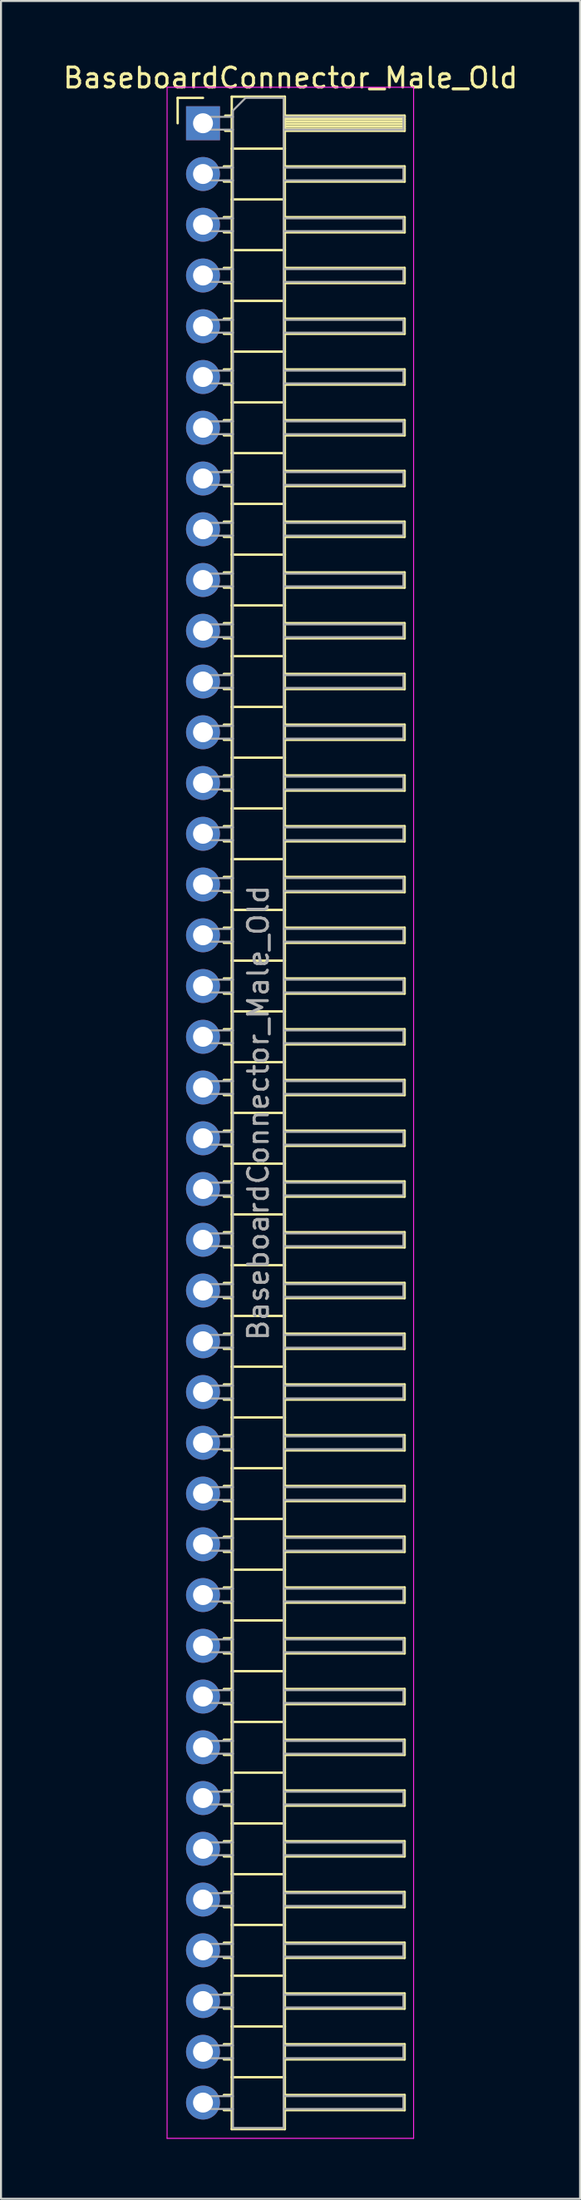
<source format=kicad_pcb>
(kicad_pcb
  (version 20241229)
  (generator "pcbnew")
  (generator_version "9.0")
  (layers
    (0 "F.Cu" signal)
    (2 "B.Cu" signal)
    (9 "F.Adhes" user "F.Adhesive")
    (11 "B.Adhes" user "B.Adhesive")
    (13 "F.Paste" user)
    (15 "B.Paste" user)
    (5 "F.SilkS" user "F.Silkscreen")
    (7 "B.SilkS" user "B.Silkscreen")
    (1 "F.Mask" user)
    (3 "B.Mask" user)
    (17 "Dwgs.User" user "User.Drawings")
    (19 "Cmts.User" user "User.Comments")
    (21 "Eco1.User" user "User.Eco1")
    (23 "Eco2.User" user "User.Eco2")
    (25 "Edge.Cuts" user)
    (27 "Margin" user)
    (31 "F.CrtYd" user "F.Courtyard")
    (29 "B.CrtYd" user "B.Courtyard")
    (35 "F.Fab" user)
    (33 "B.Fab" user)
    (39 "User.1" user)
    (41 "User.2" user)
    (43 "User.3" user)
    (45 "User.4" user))
  (footprint "BaseboardConnector_Male_Old"
    (layer "F.Cu")
    (at 7.121 3.118)
    (property "Reference" "BaseboardConnector_Male_Old" (at 4.385 -2.27 0) (layer "F.SilkS") (effects (font (size 1 1) (thickness 0.15))))
    (attr through_hole)
    (fp_line (start -1.27 -1.27) (end 0 -1.27) (stroke (width 0.12) (type solid)) (layer "F.SilkS"))
    (fp_line (start -1.27 0) (end -1.27 -1.27) (stroke (width 0.12) (type solid)) (layer "F.SilkS"))
    (fp_line (start 1.043 2.16) (end 1.44 2.16) (stroke (width 0.12) (type solid)) (layer "F.SilkS"))
    (fp_line (start 1.043 2.92) (end 1.44 2.92) (stroke (width 0.12) (type solid)) (layer "F.SilkS"))
    (fp_line (start 1.043 4.7) (end 1.44 4.7) (stroke (width 0.12) (type solid)) (layer "F.SilkS"))
    (fp_line (start 1.043 5.46) (end 1.44 5.46) (stroke (width 0.12) (type solid)) (layer "F.SilkS"))
    (fp_line (start 1.043 7.24) (end 1.44 7.24) (stroke (width 0.12) (type solid)) (layer "F.SilkS"))
    (fp_line (start 1.043 8) (end 1.44 8) (stroke (width 0.12) (type solid)) (layer "F.SilkS"))
    (fp_line (start 1.043 9.78) (end 1.44 9.78) (stroke (width 0.12) (type solid)) (layer "F.SilkS"))
    (fp_line (start 1.043 10.54) (end 1.44 10.54) (stroke (width 0.12) (type solid)) (layer "F.SilkS"))
    (fp_line (start 1.043 12.32) (end 1.44 12.32) (stroke (width 0.12) (type solid)) (layer "F.SilkS"))
    (fp_line (start 1.043 13.08) (end 1.44 13.08) (stroke (width 0.12) (type solid)) (layer "F.SilkS"))
    (fp_line (start 1.043 14.86) (end 1.44 14.86) (stroke (width 0.12) (type solid)) (layer "F.SilkS"))
    (fp_line (start 1.043 15.62) (end 1.44 15.62) (stroke (width 0.12) (type solid)) (layer "F.SilkS"))
    (fp_line (start 1.043 17.4) (end 1.44 17.4) (stroke (width 0.12) (type solid)) (layer "F.SilkS"))
    (fp_line (start 1.043 18.16) (end 1.44 18.16) (stroke (width 0.12) (type solid)) (layer "F.SilkS"))
    (fp_line (start 1.043 19.94) (end 1.44 19.94) (stroke (width 0.12) (type solid)) (layer "F.SilkS"))
    (fp_line (start 1.043 20.7) (end 1.44 20.7) (stroke (width 0.12) (type solid)) (layer "F.SilkS"))
    (fp_line (start 1.043 22.48) (end 1.44 22.48) (stroke (width 0.12) (type solid)) (layer "F.SilkS"))
    (fp_line (start 1.043 23.24) (end 1.44 23.24) (stroke (width 0.12) (type solid)) (layer "F.SilkS"))
    (fp_line (start 1.043 25.02) (end 1.44 25.02) (stroke (width 0.12) (type solid)) (layer "F.SilkS"))
    (fp_line (start 1.043 25.78) (end 1.44 25.78) (stroke (width 0.12) (type solid)) (layer "F.SilkS"))
    (fp_line (start 1.043 27.56) (end 1.44 27.56) (stroke (width 0.12) (type solid)) (layer "F.SilkS"))
    (fp_line (start 1.043 28.32) (end 1.44 28.32) (stroke (width 0.12) (type solid)) (layer "F.SilkS"))
    (fp_line (start 1.043 30.1) (end 1.44 30.1) (stroke (width 0.12) (type solid)) (layer "F.SilkS"))
    (fp_line (start 1.043 30.86) (end 1.44 30.86) (stroke (width 0.12) (type solid)) (layer "F.SilkS"))
    (fp_line (start 1.043 32.64) (end 1.44 32.64) (stroke (width 0.12) (type solid)) (layer "F.SilkS"))
    (fp_line (start 1.043 33.4) (end 1.44 33.4) (stroke (width 0.12) (type solid)) (layer "F.SilkS"))
    (fp_line (start 1.043 35.18) (end 1.44 35.18) (stroke (width 0.12) (type solid)) (layer "F.SilkS"))
    (fp_line (start 1.043 35.94) (end 1.44 35.94) (stroke (width 0.12) (type solid)) (layer "F.SilkS"))
    (fp_line (start 1.043 37.72) (end 1.44 37.72) (stroke (width 0.12) (type solid)) (layer "F.SilkS"))
    (fp_line (start 1.043 38.48) (end 1.44 38.48) (stroke (width 0.12) (type solid)) (layer "F.SilkS"))
    (fp_line (start 1.043 40.26) (end 1.44 40.26) (stroke (width 0.12) (type solid)) (layer "F.SilkS"))
    (fp_line (start 1.043 41.02) (end 1.44 41.02) (stroke (width 0.12) (type solid)) (layer "F.SilkS"))
    (fp_line (start 1.043 42.8) (end 1.44 42.8) (stroke (width 0.12) (type solid)) (layer "F.SilkS"))
    (fp_line (start 1.043 43.56) (end 1.44 43.56) (stroke (width 0.12) (type solid)) (layer "F.SilkS"))
    (fp_line (start 1.043 45.34) (end 1.44 45.34) (stroke (width 0.12) (type solid)) (layer "F.SilkS"))
    (fp_line (start 1.043 46.1) (end 1.44 46.1) (stroke (width 0.12) (type solid)) (layer "F.SilkS"))
    (fp_line (start 1.043 47.88) (end 1.44 47.88) (stroke (width 0.12) (type solid)) (layer "F.SilkS"))
    (fp_line (start 1.043 48.64) (end 1.44 48.64) (stroke (width 0.12) (type solid)) (layer "F.SilkS"))
    (fp_line (start 1.043 50.42) (end 1.44 50.42) (stroke (width 0.12) (type solid)) (layer "F.SilkS"))
    (fp_line (start 1.043 51.18) (end 1.44 51.18) (stroke (width 0.12) (type solid)) (layer "F.SilkS"))
    (fp_line (start 1.043 52.96) (end 1.44 52.96) (stroke (width 0.12) (type solid)) (layer "F.SilkS"))
    (fp_line (start 1.043 53.72) (end 1.44 53.72) (stroke (width 0.12) (type solid)) (layer "F.SilkS"))
    (fp_line (start 1.043 55.5) (end 1.44 55.5) (stroke (width 0.12) (type solid)) (layer "F.SilkS"))
    (fp_line (start 1.043 56.26) (end 1.44 56.26) (stroke (width 0.12) (type solid)) (layer "F.SilkS"))
    (fp_line (start 1.043 58.04) (end 1.44 58.04) (stroke (width 0.12) (type solid)) (layer "F.SilkS"))
    (fp_line (start 1.043 58.8) (end 1.44 58.8) (stroke (width 0.12) (type solid)) (layer "F.SilkS"))
    (fp_line (start 1.043 60.58) (end 1.44 60.58) (stroke (width 0.12) (type solid)) (layer "F.SilkS"))
    (fp_line (start 1.043 61.34) (end 1.44 61.34) (stroke (width 0.12) (type solid)) (layer "F.SilkS"))
    (fp_line (start 1.043 63.12) (end 1.44 63.12) (stroke (width 0.12) (type solid)) (layer "F.SilkS"))
    (fp_line (start 1.043 63.88) (end 1.44 63.88) (stroke (width 0.12) (type solid)) (layer "F.SilkS"))
    (fp_line (start 1.043 65.66) (end 1.44 65.66) (stroke (width 0.12) (type solid)) (layer "F.SilkS"))
    (fp_line (start 1.043 66.42) (end 1.44 66.42) (stroke (width 0.12) (type solid)) (layer "F.SilkS"))
    (fp_line (start 1.043 68.2) (end 1.44 68.2) (stroke (width 0.12) (type solid)) (layer "F.SilkS"))
    (fp_line (start 1.043 68.96) (end 1.44 68.96) (stroke (width 0.12) (type solid)) (layer "F.SilkS"))
    (fp_line (start 1.043 70.74) (end 1.44 70.74) (stroke (width 0.12) (type solid)) (layer "F.SilkS"))
    (fp_line (start 1.043 71.5) (end 1.44 71.5) (stroke (width 0.12) (type solid)) (layer "F.SilkS"))
    (fp_line (start 1.043 73.28) (end 1.44 73.28) (stroke (width 0.12) (type solid)) (layer "F.SilkS"))
    (fp_line (start 1.043 74.04) (end 1.44 74.04) (stroke (width 0.12) (type solid)) (layer "F.SilkS"))
    (fp_line (start 1.043 75.82) (end 1.44 75.82) (stroke (width 0.12) (type solid)) (layer "F.SilkS"))
    (fp_line (start 1.043 76.58) (end 1.44 76.58) (stroke (width 0.12) (type solid)) (layer "F.SilkS"))
    (fp_line (start 1.043 78.36) (end 1.44 78.36) (stroke (width 0.12) (type solid)) (layer "F.SilkS"))
    (fp_line (start 1.043 79.12) (end 1.44 79.12) (stroke (width 0.12) (type solid)) (layer "F.SilkS"))
    (fp_line (start 1.043 80.9) (end 1.44 80.9) (stroke (width 0.12) (type solid)) (layer "F.SilkS"))
    (fp_line (start 1.043 81.66) (end 1.44 81.66) (stroke (width 0.12) (type solid)) (layer "F.SilkS"))
    (fp_line (start 1.043 83.44) (end 1.44 83.44) (stroke (width 0.12) (type solid)) (layer "F.SilkS"))
    (fp_line (start 1.043 84.2) (end 1.44 84.2) (stroke (width 0.12) (type solid)) (layer "F.SilkS"))
    (fp_line (start 1.043 85.98) (end 1.44 85.98) (stroke (width 0.12) (type solid)) (layer "F.SilkS"))
    (fp_line (start 1.043 86.74) (end 1.44 86.74) (stroke (width 0.12) (type solid)) (layer "F.SilkS"))
    (fp_line (start 1.043 88.52) (end 1.44 88.52) (stroke (width 0.12) (type solid)) (layer "F.SilkS"))
    (fp_line (start 1.043 89.28) (end 1.44 89.28) (stroke (width 0.12) (type solid)) (layer "F.SilkS"))
    (fp_line (start 1.043 91.06) (end 1.44 91.06) (stroke (width 0.12) (type solid)) (layer "F.SilkS"))
    (fp_line (start 1.043 91.82) (end 1.44 91.82) (stroke (width 0.12) (type solid)) (layer "F.SilkS"))
    (fp_line (start 1.043 93.6) (end 1.44 93.6) (stroke (width 0.12) (type solid)) (layer "F.SilkS"))
    (fp_line (start 1.043 94.36) (end 1.44 94.36) (stroke (width 0.12) (type solid)) (layer "F.SilkS"))
    (fp_line (start 1.043 96.14) (end 1.44 96.14) (stroke (width 0.12) (type solid)) (layer "F.SilkS"))
    (fp_line (start 1.043 96.9) (end 1.44 96.9) (stroke (width 0.12) (type solid)) (layer "F.SilkS"))
    (fp_line (start 1.043 98.68) (end 1.44 98.68) (stroke (width 0.12) (type solid)) (layer "F.SilkS"))
    (fp_line (start 1.043 99.44) (end 1.44 99.44) (stroke (width 0.12) (type solid)) (layer "F.SilkS"))
    (fp_line (start 1.11 -0.38) (end 1.44 -0.38) (stroke (width 0.12) (type solid)) (layer "F.SilkS"))
    (fp_line (start 1.11 0.38) (end 1.44 0.38) (stroke (width 0.12) (type solid)) (layer "F.SilkS"))
    (fp_line (start 1.44 -1.33) (end 1.44 100.39) (stroke (width 0.12) (type solid)) (layer "F.SilkS"))
    (fp_line (start 1.44 1.27) (end 4.1 1.27) (stroke (width 0.12) (type solid)) (layer "F.SilkS"))
    (fp_line (start 1.44 3.81) (end 4.1 3.81) (stroke (width 0.12) (type solid)) (layer "F.SilkS"))
    (fp_line (start 1.44 6.35) (end 4.1 6.35) (stroke (width 0.12) (type solid)) (layer "F.SilkS"))
    (fp_line (start 1.44 8.89) (end 4.1 8.89) (stroke (width 0.12) (type solid)) (layer "F.SilkS"))
    (fp_line (start 1.44 11.43) (end 4.1 11.43) (stroke (width 0.12) (type solid)) (layer "F.SilkS"))
    (fp_line (start 1.44 13.97) (end 4.1 13.97) (stroke (width 0.12) (type solid)) (layer "F.SilkS"))
    (fp_line (start 1.44 16.51) (end 4.1 16.51) (stroke (width 0.12) (type solid)) (layer "F.SilkS"))
    (fp_line (start 1.44 19.05) (end 4.1 19.05) (stroke (width 0.12) (type solid)) (layer "F.SilkS"))
    (fp_line (start 1.44 21.59) (end 4.1 21.59) (stroke (width 0.12) (type solid)) (layer "F.SilkS"))
    (fp_line (start 1.44 24.13) (end 4.1 24.13) (stroke (width 0.12) (type solid)) (layer "F.SilkS"))
    (fp_line (start 1.44 26.67) (end 4.1 26.67) (stroke (width 0.12) (type solid)) (layer "F.SilkS"))
    (fp_line (start 1.44 29.21) (end 4.1 29.21) (stroke (width 0.12) (type solid)) (layer "F.SilkS"))
    (fp_line (start 1.44 31.75) (end 4.1 31.75) (stroke (width 0.12) (type solid)) (layer "F.SilkS"))
    (fp_line (start 1.44 34.29) (end 4.1 34.29) (stroke (width 0.12) (type solid)) (layer "F.SilkS"))
    (fp_line (start 1.44 36.83) (end 4.1 36.83) (stroke (width 0.12) (type solid)) (layer "F.SilkS"))
    (fp_line (start 1.44 39.37) (end 4.1 39.37) (stroke (width 0.12) (type solid)) (layer "F.SilkS"))
    (fp_line (start 1.44 41.91) (end 4.1 41.91) (stroke (width 0.12) (type solid)) (layer "F.SilkS"))
    (fp_line (start 1.44 44.45) (end 4.1 44.45) (stroke (width 0.12) (type solid)) (layer "F.SilkS"))
    (fp_line (start 1.44 46.99) (end 4.1 46.99) (stroke (width 0.12) (type solid)) (layer "F.SilkS"))
    (fp_line (start 1.44 49.53) (end 4.1 49.53) (stroke (width 0.12) (type solid)) (layer "F.SilkS"))
    (fp_line (start 1.44 52.07) (end 4.1 52.07) (stroke (width 0.12) (type solid)) (layer "F.SilkS"))
    (fp_line (start 1.44 54.61) (end 4.1 54.61) (stroke (width 0.12) (type solid)) (layer "F.SilkS"))
    (fp_line (start 1.44 57.15) (end 4.1 57.15) (stroke (width 0.12) (type solid)) (layer "F.SilkS"))
    (fp_line (start 1.44 59.69) (end 4.1 59.69) (stroke (width 0.12) (type solid)) (layer "F.SilkS"))
    (fp_line (start 1.44 62.23) (end 4.1 62.23) (stroke (width 0.12) (type solid)) (layer "F.SilkS"))
    (fp_line (start 1.44 64.77) (end 4.1 64.77) (stroke (width 0.12) (type solid)) (layer "F.SilkS"))
    (fp_line (start 1.44 67.31) (end 4.1 67.31) (stroke (width 0.12) (type solid)) (layer "F.SilkS"))
    (fp_line (start 1.44 69.85) (end 4.1 69.85) (stroke (width 0.12) (type solid)) (layer "F.SilkS"))
    (fp_line (start 1.44 72.39) (end 4.1 72.39) (stroke (width 0.12) (type solid)) (layer "F.SilkS"))
    (fp_line (start 1.44 74.93) (end 4.1 74.93) (stroke (width 0.12) (type solid)) (layer "F.SilkS"))
    (fp_line (start 1.44 77.47) (end 4.1 77.47) (stroke (width 0.12) (type solid)) (layer "F.SilkS"))
    (fp_line (start 1.44 80.01) (end 4.1 80.01) (stroke (width 0.12) (type solid)) (layer "F.SilkS"))
    (fp_line (start 1.44 82.55) (end 4.1 82.55) (stroke (width 0.12) (type solid)) (layer "F.SilkS"))
    (fp_line (start 1.44 85.09) (end 4.1 85.09) (stroke (width 0.12) (type solid)) (layer "F.SilkS"))
    (fp_line (start 1.44 87.63) (end 4.1 87.63) (stroke (width 0.12) (type solid)) (layer "F.SilkS"))
    (fp_line (start 1.44 90.17) (end 4.1 90.17) (stroke (width 0.12) (type solid)) (layer "F.SilkS"))
    (fp_line (start 1.44 92.71) (end 4.1 92.71) (stroke (width 0.12) (type solid)) (layer "F.SilkS"))
    (fp_line (start 1.44 95.25) (end 4.1 95.25) (stroke (width 0.12) (type solid)) (layer "F.SilkS"))
    (fp_line (start 1.44 97.79) (end 4.1 97.79) (stroke (width 0.12) (type solid)) (layer "F.SilkS"))
    (fp_line (start 1.44 100.39) (end 4.1 100.39) (stroke (width 0.12) (type solid)) (layer "F.SilkS"))
    (fp_line (start 4.1 -1.33) (end 1.44 -1.33) (stroke (width 0.12) (type solid)) (layer "F.SilkS"))
    (fp_line (start 4.1 -0.38) (end 10.1 -0.38) (stroke (width 0.12) (type solid)) (layer "F.SilkS"))
    (fp_line (start 4.1 -0.32) (end 10.1 -0.32) (stroke (width 0.12) (type solid)) (layer "F.SilkS"))
    (fp_line (start 4.1 -0.2) (end 10.1 -0.2) (stroke (width 0.12) (type solid)) (layer "F.SilkS"))
    (fp_line (start 4.1 -0.08) (end 10.1 -0.08) (stroke (width 0.12) (type solid)) (layer "F.SilkS"))
    (fp_line (start 4.1 0.04) (end 10.1 0.04) (stroke (width 0.12) (type solid)) (layer "F.SilkS"))
    (fp_line (start 4.1 0.16) (end 10.1 0.16) (stroke (width 0.12) (type solid)) (layer "F.SilkS"))
    (fp_line (start 4.1 0.28) (end 10.1 0.28) (stroke (width 0.12) (type solid)) (layer "F.SilkS"))
    (fp_line (start 4.1 2.16) (end 10.1 2.16) (stroke (width 0.12) (type solid)) (layer "F.SilkS"))
    (fp_line (start 4.1 4.7) (end 10.1 4.7) (stroke (width 0.12) (type solid)) (layer "F.SilkS"))
    (fp_line (start 4.1 7.24) (end 10.1 7.24) (stroke (width 0.12) (type solid)) (layer "F.SilkS"))
    (fp_line (start 4.1 9.78) (end 10.1 9.78) (stroke (width 0.12) (type solid)) (layer "F.SilkS"))
    (fp_line (start 4.1 12.32) (end 10.1 12.32) (stroke (width 0.12) (type solid)) (layer "F.SilkS"))
    (fp_line (start 4.1 14.86) (end 10.1 14.86) (stroke (width 0.12) (type solid)) (layer "F.SilkS"))
    (fp_line (start 4.1 17.4) (end 10.1 17.4) (stroke (width 0.12) (type solid)) (layer "F.SilkS"))
    (fp_line (start 4.1 19.94) (end 10.1 19.94) (stroke (width 0.12) (type solid)) (layer "F.SilkS"))
    (fp_line (start 4.1 22.48) (end 10.1 22.48) (stroke (width 0.12) (type solid)) (layer "F.SilkS"))
    (fp_line (start 4.1 25.02) (end 10.1 25.02) (stroke (width 0.12) (type solid)) (layer "F.SilkS"))
    (fp_line (start 4.1 27.56) (end 10.1 27.56) (stroke (width 0.12) (type solid)) (layer "F.SilkS"))
    (fp_line (start 4.1 30.1) (end 10.1 30.1) (stroke (width 0.12) (type solid)) (layer "F.SilkS"))
    (fp_line (start 4.1 32.64) (end 10.1 32.64) (stroke (width 0.12) (type solid)) (layer "F.SilkS"))
    (fp_line (start 4.1 35.18) (end 10.1 35.18) (stroke (width 0.12) (type solid)) (layer "F.SilkS"))
    (fp_line (start 4.1 37.72) (end 10.1 37.72) (stroke (width 0.12) (type solid)) (layer "F.SilkS"))
    (fp_line (start 4.1 40.26) (end 10.1 40.26) (stroke (width 0.12) (type solid)) (layer "F.SilkS"))
    (fp_line (start 4.1 42.8) (end 10.1 42.8) (stroke (width 0.12) (type solid)) (layer "F.SilkS"))
    (fp_line (start 4.1 45.34) (end 10.1 45.34) (stroke (width 0.12) (type solid)) (layer "F.SilkS"))
    (fp_line (start 4.1 47.88) (end 10.1 47.88) (stroke (width 0.12) (type solid)) (layer "F.SilkS"))
    (fp_line (start 4.1 50.42) (end 10.1 50.42) (stroke (width 0.12) (type solid)) (layer "F.SilkS"))
    (fp_line (start 4.1 52.96) (end 10.1 52.96) (stroke (width 0.12) (type solid)) (layer "F.SilkS"))
    (fp_line (start 4.1 55.5) (end 10.1 55.5) (stroke (width 0.12) (type solid)) (layer "F.SilkS"))
    (fp_line (start 4.1 58.04) (end 10.1 58.04) (stroke (width 0.12) (type solid)) (layer "F.SilkS"))
    (fp_line (start 4.1 60.58) (end 10.1 60.58) (stroke (width 0.12) (type solid)) (layer "F.SilkS"))
    (fp_line (start 4.1 63.12) (end 10.1 63.12) (stroke (width 0.12) (type solid)) (layer "F.SilkS"))
    (fp_line (start 4.1 65.66) (end 10.1 65.66) (stroke (width 0.12) (type solid)) (layer "F.SilkS"))
    (fp_line (start 4.1 68.2) (end 10.1 68.2) (stroke (width 0.12) (type solid)) (layer "F.SilkS"))
    (fp_line (start 4.1 70.74) (end 10.1 70.74) (stroke (width 0.12) (type solid)) (layer "F.SilkS"))
    (fp_line (start 4.1 73.28) (end 10.1 73.28) (stroke (width 0.12) (type solid)) (layer "F.SilkS"))
    (fp_line (start 4.1 75.82) (end 10.1 75.82) (stroke (width 0.12) (type solid)) (layer "F.SilkS"))
    (fp_line (start 4.1 78.36) (end 10.1 78.36) (stroke (width 0.12) (type solid)) (layer "F.SilkS"))
    (fp_line (start 4.1 80.9) (end 10.1 80.9) (stroke (width 0.12) (type solid)) (layer "F.SilkS"))
    (fp_line (start 4.1 83.44) (end 10.1 83.44) (stroke (width 0.12) (type solid)) (layer "F.SilkS"))
    (fp_line (start 4.1 85.98) (end 10.1 85.98) (stroke (width 0.12) (type solid)) (layer "F.SilkS"))
    (fp_line (start 4.1 88.52) (end 10.1 88.52) (stroke (width 0.12) (type solid)) (layer "F.SilkS"))
    (fp_line (start 4.1 91.06) (end 10.1 91.06) (stroke (width 0.12) (type solid)) (layer "F.SilkS"))
    (fp_line (start 4.1 93.6) (end 10.1 93.6) (stroke (width 0.12) (type solid)) (layer "F.SilkS"))
    (fp_line (start 4.1 96.14) (end 10.1 96.14) (stroke (width 0.12) (type solid)) (layer "F.SilkS"))
    (fp_line (start 4.1 98.68) (end 10.1 98.68) (stroke (width 0.12) (type solid)) (layer "F.SilkS"))
    (fp_line (start 4.1 100.39) (end 4.1 -1.33) (stroke (width 0.12) (type solid)) (layer "F.SilkS"))
    (fp_line (start 10.1 -0.38) (end 10.1 0.38) (stroke (width 0.12) (type solid)) (layer "F.SilkS"))
    (fp_line (start 10.1 0.38) (end 4.1 0.38) (stroke (width 0.12) (type solid)) (layer "F.SilkS"))
    (fp_line (start 10.1 2.16) (end 10.1 2.92) (stroke (width 0.12) (type solid)) (layer "F.SilkS"))
    (fp_line (start 10.1 2.92) (end 4.1 2.92) (stroke (width 0.12) (type solid)) (layer "F.SilkS"))
    (fp_line (start 10.1 4.7) (end 10.1 5.46) (stroke (width 0.12) (type solid)) (layer "F.SilkS"))
    (fp_line (start 10.1 5.46) (end 4.1 5.46) (stroke (width 0.12) (type solid)) (layer "F.SilkS"))
    (fp_line (start 10.1 7.24) (end 10.1 8) (stroke (width 0.12) (type solid)) (layer "F.SilkS"))
    (fp_line (start 10.1 8) (end 4.1 8) (stroke (width 0.12) (type solid)) (layer "F.SilkS"))
    (fp_line (start 10.1 9.78) (end 10.1 10.54) (stroke (width 0.12) (type solid)) (layer "F.SilkS"))
    (fp_line (start 10.1 10.54) (end 4.1 10.54) (stroke (width 0.12) (type solid)) (layer "F.SilkS"))
    (fp_line (start 10.1 12.32) (end 10.1 13.08) (stroke (width 0.12) (type solid)) (layer "F.SilkS"))
    (fp_line (start 10.1 13.08) (end 4.1 13.08) (stroke (width 0.12) (type solid)) (layer "F.SilkS"))
    (fp_line (start 10.1 14.86) (end 10.1 15.62) (stroke (width 0.12) (type solid)) (layer "F.SilkS"))
    (fp_line (start 10.1 15.62) (end 4.1 15.62) (stroke (width 0.12) (type solid)) (layer "F.SilkS"))
    (fp_line (start 10.1 17.4) (end 10.1 18.16) (stroke (width 0.12) (type solid)) (layer "F.SilkS"))
    (fp_line (start 10.1 18.16) (end 4.1 18.16) (stroke (width 0.12) (type solid)) (layer "F.SilkS"))
    (fp_line (start 10.1 19.94) (end 10.1 20.7) (stroke (width 0.12) (type solid)) (layer "F.SilkS"))
    (fp_line (start 10.1 20.7) (end 4.1 20.7) (stroke (width 0.12) (type solid)) (layer "F.SilkS"))
    (fp_line (start 10.1 22.48) (end 10.1 23.24) (stroke (width 0.12) (type solid)) (layer "F.SilkS"))
    (fp_line (start 10.1 23.24) (end 4.1 23.24) (stroke (width 0.12) (type solid)) (layer "F.SilkS"))
    (fp_line (start 10.1 25.02) (end 10.1 25.78) (stroke (width 0.12) (type solid)) (layer "F.SilkS"))
    (fp_line (start 10.1 25.78) (end 4.1 25.78) (stroke (width 0.12) (type solid)) (layer "F.SilkS"))
    (fp_line (start 10.1 27.56) (end 10.1 28.32) (stroke (width 0.12) (type solid)) (layer "F.SilkS"))
    (fp_line (start 10.1 28.32) (end 4.1 28.32) (stroke (width 0.12) (type solid)) (layer "F.SilkS"))
    (fp_line (start 10.1 30.1) (end 10.1 30.86) (stroke (width 0.12) (type solid)) (layer "F.SilkS"))
    (fp_line (start 10.1 30.86) (end 4.1 30.86) (stroke (width 0.12) (type solid)) (layer "F.SilkS"))
    (fp_line (start 10.1 32.64) (end 10.1 33.4) (stroke (width 0.12) (type solid)) (layer "F.SilkS"))
    (fp_line (start 10.1 33.4) (end 4.1 33.4) (stroke (width 0.12) (type solid)) (layer "F.SilkS"))
    (fp_line (start 10.1 35.18) (end 10.1 35.94) (stroke (width 0.12) (type solid)) (layer "F.SilkS"))
    (fp_line (start 10.1 35.94) (end 4.1 35.94) (stroke (width 0.12) (type solid)) (layer "F.SilkS"))
    (fp_line (start 10.1 37.72) (end 10.1 38.48) (stroke (width 0.12) (type solid)) (layer "F.SilkS"))
    (fp_line (start 10.1 38.48) (end 4.1 38.48) (stroke (width 0.12) (type solid)) (layer "F.SilkS"))
    (fp_line (start 10.1 40.26) (end 10.1 41.02) (stroke (width 0.12) (type solid)) (layer "F.SilkS"))
    (fp_line (start 10.1 41.02) (end 4.1 41.02) (stroke (width 0.12) (type solid)) (layer "F.SilkS"))
    (fp_line (start 10.1 42.8) (end 10.1 43.56) (stroke (width 0.12) (type solid)) (layer "F.SilkS"))
    (fp_line (start 10.1 43.56) (end 4.1 43.56) (stroke (width 0.12) (type solid)) (layer "F.SilkS"))
    (fp_line (start 10.1 45.34) (end 10.1 46.1) (stroke (width 0.12) (type solid)) (layer "F.SilkS"))
    (fp_line (start 10.1 46.1) (end 4.1 46.1) (stroke (width 0.12) (type solid)) (layer "F.SilkS"))
    (fp_line (start 10.1 47.88) (end 10.1 48.64) (stroke (width 0.12) (type solid)) (layer "F.SilkS"))
    (fp_line (start 10.1 48.64) (end 4.1 48.64) (stroke (width 0.12) (type solid)) (layer "F.SilkS"))
    (fp_line (start 10.1 50.42) (end 10.1 51.18) (stroke (width 0.12) (type solid)) (layer "F.SilkS"))
    (fp_line (start 10.1 51.18) (end 4.1 51.18) (stroke (width 0.12) (type solid)) (layer "F.SilkS"))
    (fp_line (start 10.1 52.96) (end 10.1 53.72) (stroke (width 0.12) (type solid)) (layer "F.SilkS"))
    (fp_line (start 10.1 53.72) (end 4.1 53.72) (stroke (width 0.12) (type solid)) (layer "F.SilkS"))
    (fp_line (start 10.1 55.5) (end 10.1 56.26) (stroke (width 0.12) (type solid)) (layer "F.SilkS"))
    (fp_line (start 10.1 56.26) (end 4.1 56.26) (stroke (width 0.12) (type solid)) (layer "F.SilkS"))
    (fp_line (start 10.1 58.04) (end 10.1 58.8) (stroke (width 0.12) (type solid)) (layer "F.SilkS"))
    (fp_line (start 10.1 58.8) (end 4.1 58.8) (stroke (width 0.12) (type solid)) (layer "F.SilkS"))
    (fp_line (start 10.1 60.58) (end 10.1 61.34) (stroke (width 0.12) (type solid)) (layer "F.SilkS"))
    (fp_line (start 10.1 61.34) (end 4.1 61.34) (stroke (width 0.12) (type solid)) (layer "F.SilkS"))
    (fp_line (start 10.1 63.12) (end 10.1 63.88) (stroke (width 0.12) (type solid)) (layer "F.SilkS"))
    (fp_line (start 10.1 63.88) (end 4.1 63.88) (stroke (width 0.12) (type solid)) (layer "F.SilkS"))
    (fp_line (start 10.1 65.66) (end 10.1 66.42) (stroke (width 0.12) (type solid)) (layer "F.SilkS"))
    (fp_line (start 10.1 66.42) (end 4.1 66.42) (stroke (width 0.12) (type solid)) (layer "F.SilkS"))
    (fp_line (start 10.1 68.2) (end 10.1 68.96) (stroke (width 0.12) (type solid)) (layer "F.SilkS"))
    (fp_line (start 10.1 68.96) (end 4.1 68.96) (stroke (width 0.12) (type solid)) (layer "F.SilkS"))
    (fp_line (start 10.1 70.74) (end 10.1 71.5) (stroke (width 0.12) (type solid)) (layer "F.SilkS"))
    (fp_line (start 10.1 71.5) (end 4.1 71.5) (stroke (width 0.12) (type solid)) (layer "F.SilkS"))
    (fp_line (start 10.1 73.28) (end 10.1 74.04) (stroke (width 0.12) (type solid)) (layer "F.SilkS"))
    (fp_line (start 10.1 74.04) (end 4.1 74.04) (stroke (width 0.12) (type solid)) (layer "F.SilkS"))
    (fp_line (start 10.1 75.82) (end 10.1 76.58) (stroke (width 0.12) (type solid)) (layer "F.SilkS"))
    (fp_line (start 10.1 76.58) (end 4.1 76.58) (stroke (width 0.12) (type solid)) (layer "F.SilkS"))
    (fp_line (start 10.1 78.36) (end 10.1 79.12) (stroke (width 0.12) (type solid)) (layer "F.SilkS"))
    (fp_line (start 10.1 79.12) (end 4.1 79.12) (stroke (width 0.12) (type solid)) (layer "F.SilkS"))
    (fp_line (start 10.1 80.9) (end 10.1 81.66) (stroke (width 0.12) (type solid)) (layer "F.SilkS"))
    (fp_line (start 10.1 81.66) (end 4.1 81.66) (stroke (width 0.12) (type solid)) (layer "F.SilkS"))
    (fp_line (start 10.1 83.44) (end 10.1 84.2) (stroke (width 0.12) (type solid)) (layer "F.SilkS"))
    (fp_line (start 10.1 84.2) (end 4.1 84.2) (stroke (width 0.12) (type solid)) (layer "F.SilkS"))
    (fp_line (start 10.1 85.98) (end 10.1 86.74) (stroke (width 0.12) (type solid)) (layer "F.SilkS"))
    (fp_line (start 10.1 86.74) (end 4.1 86.74) (stroke (width 0.12) (type solid)) (layer "F.SilkS"))
    (fp_line (start 10.1 88.52) (end 10.1 89.28) (stroke (width 0.12) (type solid)) (layer "F.SilkS"))
    (fp_line (start 10.1 89.28) (end 4.1 89.28) (stroke (width 0.12) (type solid)) (layer "F.SilkS"))
    (fp_line (start 10.1 91.06) (end 10.1 91.82) (stroke (width 0.12) (type solid)) (layer "F.SilkS"))
    (fp_line (start 10.1 91.82) (end 4.1 91.82) (stroke (width 0.12) (type solid)) (layer "F.SilkS"))
    (fp_line (start 10.1 93.6) (end 10.1 94.36) (stroke (width 0.12) (type solid)) (layer "F.SilkS"))
    (fp_line (start 10.1 94.36) (end 4.1 94.36) (stroke (width 0.12) (type solid)) (layer "F.SilkS"))
    (fp_line (start 10.1 96.14) (end 10.1 96.9) (stroke (width 0.12) (type solid)) (layer "F.SilkS"))
    (fp_line (start 10.1 96.9) (end 4.1 96.9) (stroke (width 0.12) (type solid)) (layer "F.SilkS"))
    (fp_line (start 10.1 98.68) (end 10.1 99.44) (stroke (width 0.12) (type solid)) (layer "F.SilkS"))
    (fp_line (start 10.1 99.44) (end 4.1 99.44) (stroke (width 0.12) (type solid)) (layer "F.SilkS"))
    (fp_line (start -1.8 -1.8) (end -1.8 100.85) (stroke (width 0.05) (type solid)) (layer "F.CrtYd"))
    (fp_line (start -1.8 100.85) (end 10.55 100.85) (stroke (width 0.05) (type solid)) (layer "F.CrtYd"))
    (fp_line (start 10.55 -1.8) (end -1.8 -1.8) (stroke (width 0.05) (type solid)) (layer "F.CrtYd"))
    (fp_line (start 10.55 100.85) (end 10.55 -1.8) (stroke (width 0.05) (type solid)) (layer "F.CrtYd"))
    (fp_line (start -0.32 -0.32) (end -0.32 0.32) (stroke (width 0.1) (type solid)) (layer "F.Fab"))
    (fp_line (start -0.32 -0.32) (end 1.5 -0.32) (stroke (width 0.1) (type solid)) (layer "F.Fab"))
    (fp_line (start -0.32 0.32) (end 1.5 0.32) (stroke (width 0.1) (type solid)) (layer "F.Fab"))
    (fp_line (start -0.32 2.22) (end -0.32 2.86) (stroke (width 0.1) (type solid)) (layer "F.Fab"))
    (fp_line (start -0.32 2.22) (end 1.5 2.22) (stroke (width 0.1) (type solid)) (layer "F.Fab"))
    (fp_line (start -0.32 2.86) (end 1.5 2.86) (stroke (width 0.1) (type solid)) (layer "F.Fab"))
    (fp_line (start -0.32 4.76) (end -0.32 5.4) (stroke (width 0.1) (type solid)) (layer "F.Fab"))
    (fp_line (start -0.32 4.76) (end 1.5 4.76) (stroke (width 0.1) (type solid)) (layer "F.Fab"))
    (fp_line (start -0.32 5.4) (end 1.5 5.4) (stroke (width 0.1) (type solid)) (layer "F.Fab"))
    (fp_line (start -0.32 7.3) (end -0.32 7.94) (stroke (width 0.1) (type solid)) (layer "F.Fab"))
    (fp_line (start -0.32 7.3) (end 1.5 7.3) (stroke (width 0.1) (type solid)) (layer "F.Fab"))
    (fp_line (start -0.32 7.94) (end 1.5 7.94) (stroke (width 0.1) (type solid)) (layer "F.Fab"))
    (fp_line (start -0.32 9.84) (end -0.32 10.48) (stroke (width 0.1) (type solid)) (layer "F.Fab"))
    (fp_line (start -0.32 9.84) (end 1.5 9.84) (stroke (width 0.1) (type solid)) (layer "F.Fab"))
    (fp_line (start -0.32 10.48) (end 1.5 10.48) (stroke (width 0.1) (type solid)) (layer "F.Fab"))
    (fp_line (start -0.32 12.38) (end -0.32 13.02) (stroke (width 0.1) (type solid)) (layer "F.Fab"))
    (fp_line (start -0.32 12.38) (end 1.5 12.38) (stroke (width 0.1) (type solid)) (layer "F.Fab"))
    (fp_line (start -0.32 13.02) (end 1.5 13.02) (stroke (width 0.1) (type solid)) (layer "F.Fab"))
    (fp_line (start -0.32 14.92) (end -0.32 15.56) (stroke (width 0.1) (type solid)) (layer "F.Fab"))
    (fp_line (start -0.32 14.92) (end 1.5 14.92) (stroke (width 0.1) (type solid)) (layer "F.Fab"))
    (fp_line (start -0.32 15.56) (end 1.5 15.56) (stroke (width 0.1) (type solid)) (layer "F.Fab"))
    (fp_line (start -0.32 17.46) (end -0.32 18.1) (stroke (width 0.1) (type solid)) (layer "F.Fab"))
    (fp_line (start -0.32 17.46) (end 1.5 17.46) (stroke (width 0.1) (type solid)) (layer "F.Fab"))
    (fp_line (start -0.32 18.1) (end 1.5 18.1) (stroke (width 0.1) (type solid)) (layer "F.Fab"))
    (fp_line (start -0.32 20) (end -0.32 20.64) (stroke (width 0.1) (type solid)) (layer "F.Fab"))
    (fp_line (start -0.32 20) (end 1.5 20) (stroke (width 0.1) (type solid)) (layer "F.Fab"))
    (fp_line (start -0.32 20.64) (end 1.5 20.64) (stroke (width 0.1) (type solid)) (layer "F.Fab"))
    (fp_line (start -0.32 22.54) (end -0.32 23.18) (stroke (width 0.1) (type solid)) (layer "F.Fab"))
    (fp_line (start -0.32 22.54) (end 1.5 22.54) (stroke (width 0.1) (type solid)) (layer "F.Fab"))
    (fp_line (start -0.32 23.18) (end 1.5 23.18) (stroke (width 0.1) (type solid)) (layer "F.Fab"))
    (fp_line (start -0.32 25.08) (end -0.32 25.72) (stroke (width 0.1) (type solid)) (layer "F.Fab"))
    (fp_line (start -0.32 25.08) (end 1.5 25.08) (stroke (width 0.1) (type solid)) (layer "F.Fab"))
    (fp_line (start -0.32 25.72) (end 1.5 25.72) (stroke (width 0.1) (type solid)) (layer "F.Fab"))
    (fp_line (start -0.32 27.62) (end -0.32 28.26) (stroke (width 0.1) (type solid)) (layer "F.Fab"))
    (fp_line (start -0.32 27.62) (end 1.5 27.62) (stroke (width 0.1) (type solid)) (layer "F.Fab"))
    (fp_line (start -0.32 28.26) (end 1.5 28.26) (stroke (width 0.1) (type solid)) (layer "F.Fab"))
    (fp_line (start -0.32 30.16) (end -0.32 30.8) (stroke (width 0.1) (type solid)) (layer "F.Fab"))
    (fp_line (start -0.32 30.16) (end 1.5 30.16) (stroke (width 0.1) (type solid)) (layer "F.Fab"))
    (fp_line (start -0.32 30.8) (end 1.5 30.8) (stroke (width 0.1) (type solid)) (layer "F.Fab"))
    (fp_line (start -0.32 32.7) (end -0.32 33.34) (stroke (width 0.1) (type solid)) (layer "F.Fab"))
    (fp_line (start -0.32 32.7) (end 1.5 32.7) (stroke (width 0.1) (type solid)) (layer "F.Fab"))
    (fp_line (start -0.32 33.34) (end 1.5 33.34) (stroke (width 0.1) (type solid)) (layer "F.Fab"))
    (fp_line (start -0.32 35.24) (end -0.32 35.88) (stroke (width 0.1) (type solid)) (layer "F.Fab"))
    (fp_line (start -0.32 35.24) (end 1.5 35.24) (stroke (width 0.1) (type solid)) (layer "F.Fab"))
    (fp_line (start -0.32 35.88) (end 1.5 35.88) (stroke (width 0.1) (type solid)) (layer "F.Fab"))
    (fp_line (start -0.32 37.78) (end -0.32 38.42) (stroke (width 0.1) (type solid)) (layer "F.Fab"))
    (fp_line (start -0.32 37.78) (end 1.5 37.78) (stroke (width 0.1) (type solid)) (layer "F.Fab"))
    (fp_line (start -0.32 38.42) (end 1.5 38.42) (stroke (width 0.1) (type solid)) (layer "F.Fab"))
    (fp_line (start -0.32 40.32) (end -0.32 40.96) (stroke (width 0.1) (type solid)) (layer "F.Fab"))
    (fp_line (start -0.32 40.32) (end 1.5 40.32) (stroke (width 0.1) (type solid)) (layer "F.Fab"))
    (fp_line (start -0.32 40.96) (end 1.5 40.96) (stroke (width 0.1) (type solid)) (layer "F.Fab"))
    (fp_line (start -0.32 42.86) (end -0.32 43.5) (stroke (width 0.1) (type solid)) (layer "F.Fab"))
    (fp_line (start -0.32 42.86) (end 1.5 42.86) (stroke (width 0.1) (type solid)) (layer "F.Fab"))
    (fp_line (start -0.32 43.5) (end 1.5 43.5) (stroke (width 0.1) (type solid)) (layer "F.Fab"))
    (fp_line (start -0.32 45.4) (end -0.32 46.04) (stroke (width 0.1) (type solid)) (layer "F.Fab"))
    (fp_line (start -0.32 45.4) (end 1.5 45.4) (stroke (width 0.1) (type solid)) (layer "F.Fab"))
    (fp_line (start -0.32 46.04) (end 1.5 46.04) (stroke (width 0.1) (type solid)) (layer "F.Fab"))
    (fp_line (start -0.32 47.94) (end -0.32 48.58) (stroke (width 0.1) (type solid)) (layer "F.Fab"))
    (fp_line (start -0.32 47.94) (end 1.5 47.94) (stroke (width 0.1) (type solid)) (layer "F.Fab"))
    (fp_line (start -0.32 48.58) (end 1.5 48.58) (stroke (width 0.1) (type solid)) (layer "F.Fab"))
    (fp_line (start -0.32 50.48) (end -0.32 51.12) (stroke (width 0.1) (type solid)) (layer "F.Fab"))
    (fp_line (start -0.32 50.48) (end 1.5 50.48) (stroke (width 0.1) (type solid)) (layer "F.Fab"))
    (fp_line (start -0.32 51.12) (end 1.5 51.12) (stroke (width 0.1) (type solid)) (layer "F.Fab"))
    (fp_line (start -0.32 53.02) (end -0.32 53.66) (stroke (width 0.1) (type solid)) (layer "F.Fab"))
    (fp_line (start -0.32 53.02) (end 1.5 53.02) (stroke (width 0.1) (type solid)) (layer "F.Fab"))
    (fp_line (start -0.32 53.66) (end 1.5 53.66) (stroke (width 0.1) (type solid)) (layer "F.Fab"))
    (fp_line (start -0.32 55.56) (end -0.32 56.2) (stroke (width 0.1) (type solid)) (layer "F.Fab"))
    (fp_line (start -0.32 55.56) (end 1.5 55.56) (stroke (width 0.1) (type solid)) (layer "F.Fab"))
    (fp_line (start -0.32 56.2) (end 1.5 56.2) (stroke (width 0.1) (type solid)) (layer "F.Fab"))
    (fp_line (start -0.32 58.1) (end -0.32 58.74) (stroke (width 0.1) (type solid)) (layer "F.Fab"))
    (fp_line (start -0.32 58.1) (end 1.5 58.1) (stroke (width 0.1) (type solid)) (layer "F.Fab"))
    (fp_line (start -0.32 58.74) (end 1.5 58.74) (stroke (width 0.1) (type solid)) (layer "F.Fab"))
    (fp_line (start -0.32 60.64) (end -0.32 61.28) (stroke (width 0.1) (type solid)) (layer "F.Fab"))
    (fp_line (start -0.32 60.64) (end 1.5 60.64) (stroke (width 0.1) (type solid)) (layer "F.Fab"))
    (fp_line (start -0.32 61.28) (end 1.5 61.28) (stroke (width 0.1) (type solid)) (layer "F.Fab"))
    (fp_line (start -0.32 63.18) (end -0.32 63.82) (stroke (width 0.1) (type solid)) (layer "F.Fab"))
    (fp_line (start -0.32 63.18) (end 1.5 63.18) (stroke (width 0.1) (type solid)) (layer "F.Fab"))
    (fp_line (start -0.32 63.82) (end 1.5 63.82) (stroke (width 0.1) (type solid)) (layer "F.Fab"))
    (fp_line (start -0.32 65.72) (end -0.32 66.36) (stroke (width 0.1) (type solid)) (layer "F.Fab"))
    (fp_line (start -0.32 65.72) (end 1.5 65.72) (stroke (width 0.1) (type solid)) (layer "F.Fab"))
    (fp_line (start -0.32 66.36) (end 1.5 66.36) (stroke (width 0.1) (type solid)) (layer "F.Fab"))
    (fp_line (start -0.32 68.26) (end -0.32 68.9) (stroke (width 0.1) (type solid)) (layer "F.Fab"))
    (fp_line (start -0.32 68.26) (end 1.5 68.26) (stroke (width 0.1) (type solid)) (layer "F.Fab"))
    (fp_line (start -0.32 68.9) (end 1.5 68.9) (stroke (width 0.1) (type solid)) (layer "F.Fab"))
    (fp_line (start -0.32 70.8) (end -0.32 71.44) (stroke (width 0.1) (type solid)) (layer "F.Fab"))
    (fp_line (start -0.32 70.8) (end 1.5 70.8) (stroke (width 0.1) (type solid)) (layer "F.Fab"))
    (fp_line (start -0.32 71.44) (end 1.5 71.44) (stroke (width 0.1) (type solid)) (layer "F.Fab"))
    (fp_line (start -0.32 73.34) (end -0.32 73.98) (stroke (width 0.1) (type solid)) (layer "F.Fab"))
    (fp_line (start -0.32 73.34) (end 1.5 73.34) (stroke (width 0.1) (type solid)) (layer "F.Fab"))
    (fp_line (start -0.32 73.98) (end 1.5 73.98) (stroke (width 0.1) (type solid)) (layer "F.Fab"))
    (fp_line (start -0.32 75.88) (end -0.32 76.52) (stroke (width 0.1) (type solid)) (layer "F.Fab"))
    (fp_line (start -0.32 75.88) (end 1.5 75.88) (stroke (width 0.1) (type solid)) (layer "F.Fab"))
    (fp_line (start -0.32 76.52) (end 1.5 76.52) (stroke (width 0.1) (type solid)) (layer "F.Fab"))
    (fp_line (start -0.32 78.42) (end -0.32 79.06) (stroke (width 0.1) (type solid)) (layer "F.Fab"))
    (fp_line (start -0.32 78.42) (end 1.5 78.42) (stroke (width 0.1) (type solid)) (layer "F.Fab"))
    (fp_line (start -0.32 79.06) (end 1.5 79.06) (stroke (width 0.1) (type solid)) (layer "F.Fab"))
    (fp_line (start -0.32 80.96) (end -0.32 81.6) (stroke (width 0.1) (type solid)) (layer "F.Fab"))
    (fp_line (start -0.32 80.96) (end 1.5 80.96) (stroke (width 0.1) (type solid)) (layer "F.Fab"))
    (fp_line (start -0.32 81.6) (end 1.5 81.6) (stroke (width 0.1) (type solid)) (layer "F.Fab"))
    (fp_line (start -0.32 83.5) (end -0.32 84.14) (stroke (width 0.1) (type solid)) (layer "F.Fab"))
    (fp_line (start -0.32 83.5) (end 1.5 83.5) (stroke (width 0.1) (type solid)) (layer "F.Fab"))
    (fp_line (start -0.32 84.14) (end 1.5 84.14) (stroke (width 0.1) (type solid)) (layer "F.Fab"))
    (fp_line (start -0.32 86.04) (end -0.32 86.68) (stroke (width 0.1) (type solid)) (layer "F.Fab"))
    (fp_line (start -0.32 86.04) (end 1.5 86.04) (stroke (width 0.1) (type solid)) (layer "F.Fab"))
    (fp_line (start -0.32 86.68) (end 1.5 86.68) (stroke (width 0.1) (type solid)) (layer "F.Fab"))
    (fp_line (start -0.32 88.58) (end -0.32 89.22) (stroke (width 0.1) (type solid)) (layer "F.Fab"))
    (fp_line (start -0.32 88.58) (end 1.5 88.58) (stroke (width 0.1) (type solid)) (layer "F.Fab"))
    (fp_line (start -0.32 89.22) (end 1.5 89.22) (stroke (width 0.1) (type solid)) (layer "F.Fab"))
    (fp_line (start -0.32 91.12) (end -0.32 91.76) (stroke (width 0.1) (type solid)) (layer "F.Fab"))
    (fp_line (start -0.32 91.12) (end 1.5 91.12) (stroke (width 0.1) (type solid)) (layer "F.Fab"))
    (fp_line (start -0.32 91.76) (end 1.5 91.76) (stroke (width 0.1) (type solid)) (layer "F.Fab"))
    (fp_line (start -0.32 93.66) (end -0.32 94.3) (stroke (width 0.1) (type solid)) (layer "F.Fab"))
    (fp_line (start -0.32 93.66) (end 1.5 93.66) (stroke (width 0.1) (type solid)) (layer "F.Fab"))
    (fp_line (start -0.32 94.3) (end 1.5 94.3) (stroke (width 0.1) (type solid)) (layer "F.Fab"))
    (fp_line (start -0.32 96.2) (end -0.32 96.84) (stroke (width 0.1) (type solid)) (layer "F.Fab"))
    (fp_line (start -0.32 96.2) (end 1.5 96.2) (stroke (width 0.1) (type solid)) (layer "F.Fab"))
    (fp_line (start -0.32 96.84) (end 1.5 96.84) (stroke (width 0.1) (type solid)) (layer "F.Fab"))
    (fp_line (start -0.32 98.74) (end -0.32 99.38) (stroke (width 0.1) (type solid)) (layer "F.Fab"))
    (fp_line (start -0.32 98.74) (end 1.5 98.74) (stroke (width 0.1) (type solid)) (layer "F.Fab"))
    (fp_line (start -0.32 99.38) (end 1.5 99.38) (stroke (width 0.1) (type solid)) (layer "F.Fab"))
    (fp_line (start 1.5 -0.635) (end 2.135 -1.27) (stroke (width 0.1) (type solid)) (layer "F.Fab"))
    (fp_line (start 1.5 100.33) (end 1.5 -0.635) (stroke (width 0.1) (type solid)) (layer "F.Fab"))
    (fp_line (start 2.135 -1.27) (end 4.04 -1.27) (stroke (width 0.1) (type solid)) (layer "F.Fab"))
    (fp_line (start 4.04 -1.27) (end 4.04 100.33) (stroke (width 0.1) (type solid)) (layer "F.Fab"))
    (fp_line (start 4.04 -0.32) (end 10.04 -0.32) (stroke (width 0.1) (type solid)) (layer "F.Fab"))
    (fp_line (start 4.04 0.32) (end 10.04 0.32) (stroke (width 0.1) (type solid)) (layer "F.Fab"))
    (fp_line (start 4.04 2.22) (end 10.04 2.22) (stroke (width 0.1) (type solid)) (layer "F.Fab"))
    (fp_line (start 4.04 2.86) (end 10.04 2.86) (stroke (width 0.1) (type solid)) (layer "F.Fab"))
    (fp_line (start 4.04 4.76) (end 10.04 4.76) (stroke (width 0.1) (type solid)) (layer "F.Fab"))
    (fp_line (start 4.04 5.4) (end 10.04 5.4) (stroke (width 0.1) (type solid)) (layer "F.Fab"))
    (fp_line (start 4.04 7.3) (end 10.04 7.3) (stroke (width 0.1) (type solid)) (layer "F.Fab"))
    (fp_line (start 4.04 7.94) (end 10.04 7.94) (stroke (width 0.1) (type solid)) (layer "F.Fab"))
    (fp_line (start 4.04 9.84) (end 10.04 9.84) (stroke (width 0.1) (type solid)) (layer "F.Fab"))
    (fp_line (start 4.04 10.48) (end 10.04 10.48) (stroke (width 0.1) (type solid)) (layer "F.Fab"))
    (fp_line (start 4.04 12.38) (end 10.04 12.38) (stroke (width 0.1) (type solid)) (layer "F.Fab"))
    (fp_line (start 4.04 13.02) (end 10.04 13.02) (stroke (width 0.1) (type solid)) (layer "F.Fab"))
    (fp_line (start 4.04 14.92) (end 10.04 14.92) (stroke (width 0.1) (type solid)) (layer "F.Fab"))
    (fp_line (start 4.04 15.56) (end 10.04 15.56) (stroke (width 0.1) (type solid)) (layer "F.Fab"))
    (fp_line (start 4.04 17.46) (end 10.04 17.46) (stroke (width 0.1) (type solid)) (layer "F.Fab"))
    (fp_line (start 4.04 18.1) (end 10.04 18.1) (stroke (width 0.1) (type solid)) (layer "F.Fab"))
    (fp_line (start 4.04 20) (end 10.04 20) (stroke (width 0.1) (type solid)) (layer "F.Fab"))
    (fp_line (start 4.04 20.64) (end 10.04 20.64) (stroke (width 0.1) (type solid)) (layer "F.Fab"))
    (fp_line (start 4.04 22.54) (end 10.04 22.54) (stroke (width 0.1) (type solid)) (layer "F.Fab"))
    (fp_line (start 4.04 23.18) (end 10.04 23.18) (stroke (width 0.1) (type solid)) (layer "F.Fab"))
    (fp_line (start 4.04 25.08) (end 10.04 25.08) (stroke (width 0.1) (type solid)) (layer "F.Fab"))
    (fp_line (start 4.04 25.72) (end 10.04 25.72) (stroke (width 0.1) (type solid)) (layer "F.Fab"))
    (fp_line (start 4.04 27.62) (end 10.04 27.62) (stroke (width 0.1) (type solid)) (layer "F.Fab"))
    (fp_line (start 4.04 28.26) (end 10.04 28.26) (stroke (width 0.1) (type solid)) (layer "F.Fab"))
    (fp_line (start 4.04 30.16) (end 10.04 30.16) (stroke (width 0.1) (type solid)) (layer "F.Fab"))
    (fp_line (start 4.04 30.8) (end 10.04 30.8) (stroke (width 0.1) (type solid)) (layer "F.Fab"))
    (fp_line (start 4.04 32.7) (end 10.04 32.7) (stroke (width 0.1) (type solid)) (layer "F.Fab"))
    (fp_line (start 4.04 33.34) (end 10.04 33.34) (stroke (width 0.1) (type solid)) (layer "F.Fab"))
    (fp_line (start 4.04 35.24) (end 10.04 35.24) (stroke (width 0.1) (type solid)) (layer "F.Fab"))
    (fp_line (start 4.04 35.88) (end 10.04 35.88) (stroke (width 0.1) (type solid)) (layer "F.Fab"))
    (fp_line (start 4.04 37.78) (end 10.04 37.78) (stroke (width 0.1) (type solid)) (layer "F.Fab"))
    (fp_line (start 4.04 38.42) (end 10.04 38.42) (stroke (width 0.1) (type solid)) (layer "F.Fab"))
    (fp_line (start 4.04 40.32) (end 10.04 40.32) (stroke (width 0.1) (type solid)) (layer "F.Fab"))
    (fp_line (start 4.04 40.96) (end 10.04 40.96) (stroke (width 0.1) (type solid)) (layer "F.Fab"))
    (fp_line (start 4.04 42.86) (end 10.04 42.86) (stroke (width 0.1) (type solid)) (layer "F.Fab"))
    (fp_line (start 4.04 43.5) (end 10.04 43.5) (stroke (width 0.1) (type solid)) (layer "F.Fab"))
    (fp_line (start 4.04 45.4) (end 10.04 45.4) (stroke (width 0.1) (type solid)) (layer "F.Fab"))
    (fp_line (start 4.04 46.04) (end 10.04 46.04) (stroke (width 0.1) (type solid)) (layer "F.Fab"))
    (fp_line (start 4.04 47.94) (end 10.04 47.94) (stroke (width 0.1) (type solid)) (layer "F.Fab"))
    (fp_line (start 4.04 48.58) (end 10.04 48.58) (stroke (width 0.1) (type solid)) (layer "F.Fab"))
    (fp_line (start 4.04 50.48) (end 10.04 50.48) (stroke (width 0.1) (type solid)) (layer "F.Fab"))
    (fp_line (start 4.04 51.12) (end 10.04 51.12) (stroke (width 0.1) (type solid)) (layer "F.Fab"))
    (fp_line (start 4.04 53.02) (end 10.04 53.02) (stroke (width 0.1) (type solid)) (layer "F.Fab"))
    (fp_line (start 4.04 53.66) (end 10.04 53.66) (stroke (width 0.1) (type solid)) (layer "F.Fab"))
    (fp_line (start 4.04 55.56) (end 10.04 55.56) (stroke (width 0.1) (type solid)) (layer "F.Fab"))
    (fp_line (start 4.04 56.2) (end 10.04 56.2) (stroke (width 0.1) (type solid)) (layer "F.Fab"))
    (fp_line (start 4.04 58.1) (end 10.04 58.1) (stroke (width 0.1) (type solid)) (layer "F.Fab"))
    (fp_line (start 4.04 58.74) (end 10.04 58.74) (stroke (width 0.1) (type solid)) (layer "F.Fab"))
    (fp_line (start 4.04 60.64) (end 10.04 60.64) (stroke (width 0.1) (type solid)) (layer "F.Fab"))
    (fp_line (start 4.04 61.28) (end 10.04 61.28) (stroke (width 0.1) (type solid)) (layer "F.Fab"))
    (fp_line (start 4.04 63.18) (end 10.04 63.18) (stroke (width 0.1) (type solid)) (layer "F.Fab"))
    (fp_line (start 4.04 63.82) (end 10.04 63.82) (stroke (width 0.1) (type solid)) (layer "F.Fab"))
    (fp_line (start 4.04 65.72) (end 10.04 65.72) (stroke (width 0.1) (type solid)) (layer "F.Fab"))
    (fp_line (start 4.04 66.36) (end 10.04 66.36) (stroke (width 0.1) (type solid)) (layer "F.Fab"))
    (fp_line (start 4.04 68.26) (end 10.04 68.26) (stroke (width 0.1) (type solid)) (layer "F.Fab"))
    (fp_line (start 4.04 68.9) (end 10.04 68.9) (stroke (width 0.1) (type solid)) (layer "F.Fab"))
    (fp_line (start 4.04 70.8) (end 10.04 70.8) (stroke (width 0.1) (type solid)) (layer "F.Fab"))
    (fp_line (start 4.04 71.44) (end 10.04 71.44) (stroke (width 0.1) (type solid)) (layer "F.Fab"))
    (fp_line (start 4.04 73.34) (end 10.04 73.34) (stroke (width 0.1) (type solid)) (layer "F.Fab"))
    (fp_line (start 4.04 73.98) (end 10.04 73.98) (stroke (width 0.1) (type solid)) (layer "F.Fab"))
    (fp_line (start 4.04 75.88) (end 10.04 75.88) (stroke (width 0.1) (type solid)) (layer "F.Fab"))
    (fp_line (start 4.04 76.52) (end 10.04 76.52) (stroke (width 0.1) (type solid)) (layer "F.Fab"))
    (fp_line (start 4.04 78.42) (end 10.04 78.42) (stroke (width 0.1) (type solid)) (layer "F.Fab"))
    (fp_line (start 4.04 79.06) (end 10.04 79.06) (stroke (width 0.1) (type solid)) (layer "F.Fab"))
    (fp_line (start 4.04 80.96) (end 10.04 80.96) (stroke (width 0.1) (type solid)) (layer "F.Fab"))
    (fp_line (start 4.04 81.6) (end 10.04 81.6) (stroke (width 0.1) (type solid)) (layer "F.Fab"))
    (fp_line (start 4.04 83.5) (end 10.04 83.5) (stroke (width 0.1) (type solid)) (layer "F.Fab"))
    (fp_line (start 4.04 84.14) (end 10.04 84.14) (stroke (width 0.1) (type solid)) (layer "F.Fab"))
    (fp_line (start 4.04 86.04) (end 10.04 86.04) (stroke (width 0.1) (type solid)) (layer "F.Fab"))
    (fp_line (start 4.04 86.68) (end 10.04 86.68) (stroke (width 0.1) (type solid)) (layer "F.Fab"))
    (fp_line (start 4.04 88.58) (end 10.04 88.58) (stroke (width 0.1) (type solid)) (layer "F.Fab"))
    (fp_line (start 4.04 89.22) (end 10.04 89.22) (stroke (width 0.1) (type solid)) (layer "F.Fab"))
    (fp_line (start 4.04 91.12) (end 10.04 91.12) (stroke (width 0.1) (type solid)) (layer "F.Fab"))
    (fp_line (start 4.04 91.76) (end 10.04 91.76) (stroke (width 0.1) (type solid)) (layer "F.Fab"))
    (fp_line (start 4.04 93.66) (end 10.04 93.66) (stroke (width 0.1) (type solid)) (layer "F.Fab"))
    (fp_line (start 4.04 94.3) (end 10.04 94.3) (stroke (width 0.1) (type solid)) (layer "F.Fab"))
    (fp_line (start 4.04 96.2) (end 10.04 96.2) (stroke (width 0.1) (type solid)) (layer "F.Fab"))
    (fp_line (start 4.04 96.84) (end 10.04 96.84) (stroke (width 0.1) (type solid)) (layer "F.Fab"))
    (fp_line (start 4.04 98.74) (end 10.04 98.74) (stroke (width 0.1) (type solid)) (layer "F.Fab"))
    (fp_line (start 4.04 99.38) (end 10.04 99.38) (stroke (width 0.1) (type solid)) (layer "F.Fab"))
    (fp_line (start 4.04 100.33) (end 1.5 100.33) (stroke (width 0.1) (type solid)) (layer "F.Fab"))
    (fp_line (start 10.04 -0.32) (end 10.04 0.32) (stroke (width 0.1) (type solid)) (layer "F.Fab"))
    (fp_line (start 10.04 2.22) (end 10.04 2.86) (stroke (width 0.1) (type solid)) (layer "F.Fab"))
    (fp_line (start 10.04 4.76) (end 10.04 5.4) (stroke (width 0.1) (type solid)) (layer "F.Fab"))
    (fp_line (start 10.04 7.3) (end 10.04 7.94) (stroke (width 0.1) (type solid)) (layer "F.Fab"))
    (fp_line (start 10.04 9.84) (end 10.04 10.48) (stroke (width 0.1) (type solid)) (layer "F.Fab"))
    (fp_line (start 10.04 12.38) (end 10.04 13.02) (stroke (width 0.1) (type solid)) (layer "F.Fab"))
    (fp_line (start 10.04 14.92) (end 10.04 15.56) (stroke (width 0.1) (type solid)) (layer "F.Fab"))
    (fp_line (start 10.04 17.46) (end 10.04 18.1) (stroke (width 0.1) (type solid)) (layer "F.Fab"))
    (fp_line (start 10.04 20) (end 10.04 20.64) (stroke (width 0.1) (type solid)) (layer "F.Fab"))
    (fp_line (start 10.04 22.54) (end 10.04 23.18) (stroke (width 0.1) (type solid)) (layer "F.Fab"))
    (fp_line (start 10.04 25.08) (end 10.04 25.72) (stroke (width 0.1) (type solid)) (layer "F.Fab"))
    (fp_line (start 10.04 27.62) (end 10.04 28.26) (stroke (width 0.1) (type solid)) (layer "F.Fab"))
    (fp_line (start 10.04 30.16) (end 10.04 30.8) (stroke (width 0.1) (type solid)) (layer "F.Fab"))
    (fp_line (start 10.04 32.7) (end 10.04 33.34) (stroke (width 0.1) (type solid)) (layer "F.Fab"))
    (fp_line (start 10.04 35.24) (end 10.04 35.88) (stroke (width 0.1) (type solid)) (layer "F.Fab"))
    (fp_line (start 10.04 37.78) (end 10.04 38.42) (stroke (width 0.1) (type solid)) (layer "F.Fab"))
    (fp_line (start 10.04 40.32) (end 10.04 40.96) (stroke (width 0.1) (type solid)) (layer "F.Fab"))
    (fp_line (start 10.04 42.86) (end 10.04 43.5) (stroke (width 0.1) (type solid)) (layer "F.Fab"))
    (fp_line (start 10.04 45.4) (end 10.04 46.04) (stroke (width 0.1) (type solid)) (layer "F.Fab"))
    (fp_line (start 10.04 47.94) (end 10.04 48.58) (stroke (width 0.1) (type solid)) (layer "F.Fab"))
    (fp_line (start 10.04 50.48) (end 10.04 51.12) (stroke (width 0.1) (type solid)) (layer "F.Fab"))
    (fp_line (start 10.04 53.02) (end 10.04 53.66) (stroke (width 0.1) (type solid)) (layer "F.Fab"))
    (fp_line (start 10.04 55.56) (end 10.04 56.2) (stroke (width 0.1) (type solid)) (layer "F.Fab"))
    (fp_line (start 10.04 58.1) (end 10.04 58.74) (stroke (width 0.1) (type solid)) (layer "F.Fab"))
    (fp_line (start 10.04 60.64) (end 10.04 61.28) (stroke (width 0.1) (type solid)) (layer "F.Fab"))
    (fp_line (start 10.04 63.18) (end 10.04 63.82) (stroke (width 0.1) (type solid)) (layer "F.Fab"))
    (fp_line (start 10.04 65.72) (end 10.04 66.36) (stroke (width 0.1) (type solid)) (layer "F.Fab"))
    (fp_line (start 10.04 68.26) (end 10.04 68.9) (stroke (width 0.1) (type solid)) (layer "F.Fab"))
    (fp_line (start 10.04 70.8) (end 10.04 71.44) (stroke (width 0.1) (type solid)) (layer "F.Fab"))
    (fp_line (start 10.04 73.34) (end 10.04 73.98) (stroke (width 0.1) (type solid)) (layer "F.Fab"))
    (fp_line (start 10.04 75.88) (end 10.04 76.52) (stroke (width 0.1) (type solid)) (layer "F.Fab"))
    (fp_line (start 10.04 78.42) (end 10.04 79.06) (stroke (width 0.1) (type solid)) (layer "F.Fab"))
    (fp_line (start 10.04 80.96) (end 10.04 81.6) (stroke (width 0.1) (type solid)) (layer "F.Fab"))
    (fp_line (start 10.04 83.5) (end 10.04 84.14) (stroke (width 0.1) (type solid)) (layer "F.Fab"))
    (fp_line (start 10.04 86.04) (end 10.04 86.68) (stroke (width 0.1) (type solid)) (layer "F.Fab"))
    (fp_line (start 10.04 88.58) (end 10.04 89.22) (stroke (width 0.1) (type solid)) (layer "F.Fab"))
    (fp_line (start 10.04 91.12) (end 10.04 91.76) (stroke (width 0.1) (type solid)) (layer "F.Fab"))
    (fp_line (start 10.04 93.66) (end 10.04 94.3) (stroke (width 0.1) (type solid)) (layer "F.Fab"))
    (fp_line (start 10.04 96.2) (end 10.04 96.84) (stroke (width 0.1) (type solid)) (layer "F.Fab"))
    (fp_line (start 10.04 98.74) (end 10.04 99.38) (stroke (width 0.1) (type solid)) (layer "F.Fab"))
    (fp_text user "${REFERENCE}" (at 2.77 49.53 90) (layer "F.Fab") (effects (font (size 1 1) (thickness 0.15))))
    (pad "38" thru_hole oval (at 0 93.98) (size 1.7 1.7) (drill 1) (layers "*.Cu" "*.Mask"))
    (pad "39" thru_hole oval (at 0 96.52) (size 1.7 1.7) (drill 1) (layers "*.Cu" "*.Mask"))
    (pad "40" thru_hole oval (at 0 99.06) (size 1.7 1.7) (drill 1) (layers "*.Cu" "*.Mask"))
    (pad "A0" thru_hole oval (at 0 5.08) (size 1.7 1.7) (drill 1) (layers "*.Cu" "*.Mask"))
    (pad "A1" thru_hole oval (at 0 7.62) (size 1.7 1.7) (drill 1) (layers "*.Cu" "*.Mask"))
    (pad "A2" thru_hole oval (at 0 10.16) (size 1.7 1.7) (drill 1) (layers "*.Cu" "*.Mask"))
    (pad "A3" thru_hole oval (at 0 12.7) (size 1.7 1.7) (drill 1) (layers "*.Cu" "*.Mask"))
    (pad "A4" thru_hole oval (at 0 15.24) (size 1.7 1.7) (drill 1) (layers "*.Cu" "*.Mask"))
    (pad "A5" thru_hole oval (at 0 17.78) (size 1.7 1.7) (drill 1) (layers "*.Cu" "*.Mask"))
    (pad "A6" thru_hole oval (at 0 20.32) (size 1.7 1.7) (drill 1) (layers "*.Cu" "*.Mask"))
    (pad "A7" thru_hole oval (at 0 22.86) (size 1.7 1.7) (drill 1) (layers "*.Cu" "*.Mask"))
    (pad "A8" thru_hole oval (at 0 25.4) (size 1.7 1.7) (drill 1) (layers "*.Cu" "*.Mask"))
    (pad "A9" thru_hole oval (at 0 27.94) (size 1.7 1.7) (drill 1) (layers "*.Cu" "*.Mask"))
    (pad "A10" thru_hole oval (at 0 30.48) (size 1.7 1.7) (drill 1) (layers "*.Cu" "*.Mask"))
    (pad "A11" thru_hole oval (at 0 33.02) (size 1.7 1.7) (drill 1) (layers "*.Cu" "*.Mask"))
    (pad "A12" thru_hole oval (at 0 35.56) (size 1.7 1.7) (drill 1) (layers "*.Cu" "*.Mask"))
    (pad "A13" thru_hole oval (at 0 38.1) (size 1.7 1.7) (drill 1) (layers "*.Cu" "*.Mask"))
    (pad "A14" thru_hole oval (at 0 40.64) (size 1.7 1.7) (drill 1) (layers "*.Cu" "*.Mask"))
    (pad "A15" thru_hole oval (at 0 43.18) (size 1.7 1.7) (drill 1) (layers "*.Cu" "*.Mask"))
    (pad "D0" thru_hole oval (at 0 45.72) (size 1.7 1.7) (drill 1) (layers "*.Cu" "*.Mask"))
    (pad "D1" thru_hole oval (at 0 48.26) (size 1.7 1.7) (drill 1) (layers "*.Cu" "*.Mask"))
    (pad "D2" thru_hole oval (at 0 50.8) (size 1.7 1.7) (drill 1) (layers "*.Cu" "*.Mask"))
    (pad "D3" thru_hole oval (at 0 53.34) (size 1.7 1.7) (drill 1) (layers "*.Cu" "*.Mask"))
    (pad "D4" thru_hole oval (at 0 55.88) (size 1.7 1.7) (drill 1) (layers "*.Cu" "*.Mask"))
    (pad "D5" thru_hole oval (at 0 58.42) (size 1.7 1.7) (drill 1) (layers "*.Cu" "*.Mask"))
    (pad "D6" thru_hole oval (at 0 60.96) (size 1.7 1.7) (drill 1) (layers "*.Cu" "*.Mask"))
    (pad "D7" thru_hole oval (at 0 63.5) (size 1.7 1.7) (drill 1) (layers "*.Cu" "*.Mask"))
    (pad "GND" thru_hole oval (at 0 2.54) (size 1.7 1.7) (drill 1) (layers "*.Cu" "*.Mask"))
    (pad "IRQ" thru_hole oval (at 0 81.28) (size 1.7 1.7) (drill 1) (layers "*.Cu" "*.Mask"))
    (pad "NMI" thru_hole oval (at 0 78.74) (size 1.7 1.7) (drill 1) (layers "*.Cu" "*.Mask"))
    (pad "PHI0" thru_hole oval (at 0 83.82) (size 1.7 1.7) (drill 1) (layers "*.Cu" "*.Mask"))
    (pad "PHI1" thru_hole oval (at 0 86.36) (size 1.7 1.7) (drill 1) (layers "*.Cu" "*.Mask"))
    (pad "PHI2" thru_hole oval (at 0 76.2) (size 1.7 1.7) (drill 1) (layers "*.Cu" "*.Mask"))
    (pad "RDY" thru_hole oval (at 0 68.58) (size 1.7 1.7) (drill 1) (layers "*.Cu" "*.Mask"))
    (pad "RW" thru_hole oval (at 0 66.04) (size 1.7 1.7) (drill 1) (layers "*.Cu" "*.Mask"))
    (pad "Reset" thru_hole oval (at 0 73.66) (size 1.7 1.7) (drill 1) (layers "*.Cu" "*.Mask"))
    (pad "Rx" thru_hole oval (at 0 91.44) (size 1.7 1.7) (drill 1) (layers "*.Cu" "*.Mask"))
    (pad "Sync" thru_hole oval (at 0 71.12) (size 1.7 1.7) (drill 1) (layers "*.Cu" "*.Mask"))
    (pad "Tx" thru_hole oval (at 0 88.9) (size 1.7 1.7) (drill 1) (layers "*.Cu" "*.Mask"))
    (pad "VCC" thru_hole rect (at 0 0) (size 1.7 1.7) (drill 1) (layers "*.Cu" "*.Mask")))
  (gr_rect
    (start -3 -3)
    (end 26.012 106.993)
    (stroke (width 0.1) (type default))
    (fill no)
    (layer "Edge.Cuts")))
</source>
